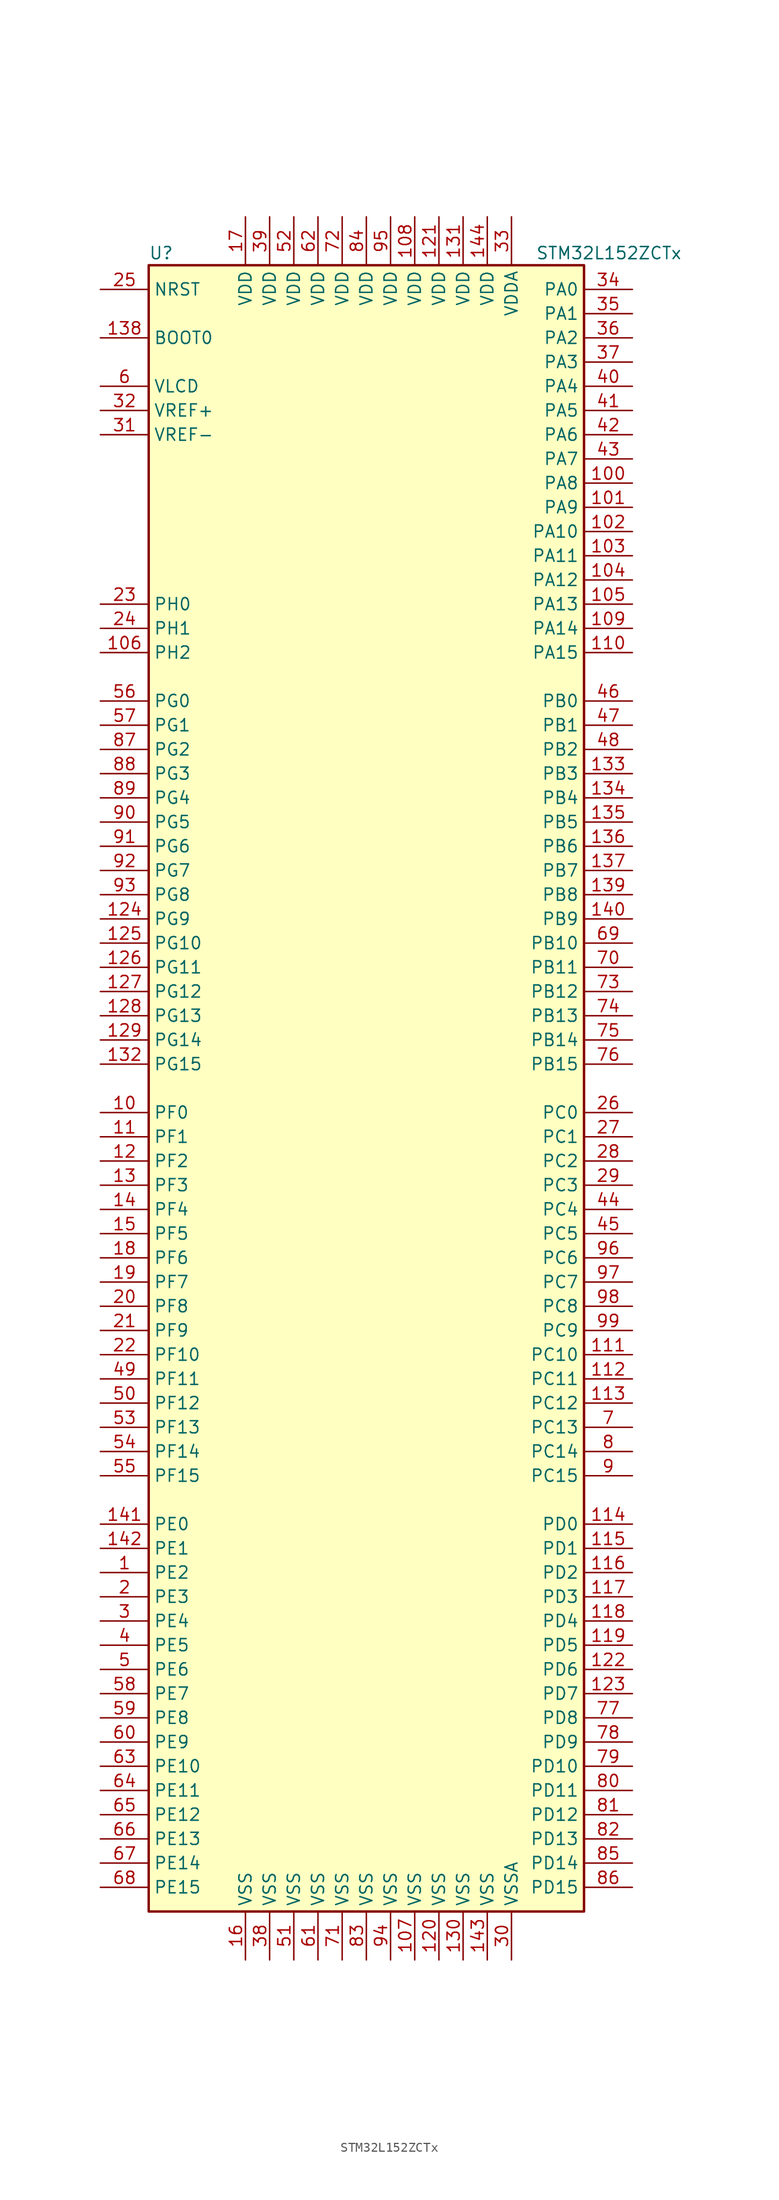
<source format=kicad_sym>
(kicad_symbol_lib
  (version 20201005)
  (generator kicad_symbol_editor)
  (symbol "STM32L152ZCTx"
    (property "Reference" "U"
      (at -22.86 87.63 0)
      (effects (font (size 1.27 1.27)) (justify left)))
    (property "Value" "STM32L152ZCTx"
      (at 17.78 87.63 0)
      (effects (font (size 1.27 1.27)) (justify left)))
    (symbol "STM32L152ZCTx_0_1"
      (rectangle (start -22.86 -86.36) (end 22.86 86.36) (stroke (width 0.254)) (fill (type background))))
    (symbol "STM32L152ZCTx_1_1"
      (pin input line (at -27.94 78.74 0) (length 5.08) (name "BOOT0" (effects (font (size 1.27 1.27)))) (number "138" (effects (font (size 1.27 1.27)))))
      (pin input line (at -27.94 83.82 0) (length 5.08) (name "NRST" (effects (font (size 1.27 1.27)))) (number "25" (effects (font (size 1.27 1.27)))))
      (pin bidirectional line (at 27.94 83.82 180) (length 5.08) (name "PA0" (effects (font (size 1.27 1.27)))) (number "34" (effects (font (size 1.27 1.27)))))
      (pin bidirectional line (at 27.94 81.28 180) (length 5.08) (name "PA1" (effects (font (size 1.27 1.27)))) (number "35" (effects (font (size 1.27 1.27)))))
      (pin bidirectional line (at 27.94 58.42 180) (length 5.08) (name "PA10" (effects (font (size 1.27 1.27)))) (number "102" (effects (font (size 1.27 1.27)))))
      (pin bidirectional line (at 27.94 55.88 180) (length 5.08) (name "PA11" (effects (font (size 1.27 1.27)))) (number "103" (effects (font (size 1.27 1.27)))))
      (pin bidirectional line (at 27.94 53.34 180) (length 5.08) (name "PA12" (effects (font (size 1.27 1.27)))) (number "104" (effects (font (size 1.27 1.27)))))
      (pin bidirectional line (at 27.94 50.8 180) (length 5.08) (name "PA13" (effects (font (size 1.27 1.27)))) (number "105" (effects (font (size 1.27 1.27)))))
      (pin bidirectional line (at 27.94 48.26 180) (length 5.08) (name "PA14" (effects (font (size 1.27 1.27)))) (number "109" (effects (font (size 1.27 1.27)))))
      (pin bidirectional line (at 27.94 45.72 180) (length 5.08) (name "PA15" (effects (font (size 1.27 1.27)))) (number "110" (effects (font (size 1.27 1.27)))))
      (pin bidirectional line (at 27.94 78.74 180) (length 5.08) (name "PA2" (effects (font (size 1.27 1.27)))) (number "36" (effects (font (size 1.27 1.27)))))
      (pin bidirectional line (at 27.94 76.2 180) (length 5.08) (name "PA3" (effects (font (size 1.27 1.27)))) (number "37" (effects (font (size 1.27 1.27)))))
      (pin bidirectional line (at 27.94 73.66 180) (length 5.08) (name "PA4" (effects (font (size 1.27 1.27)))) (number "40" (effects (font (size 1.27 1.27)))))
      (pin bidirectional line (at 27.94 71.12 180) (length 5.08) (name "PA5" (effects (font (size 1.27 1.27)))) (number "41" (effects (font (size 1.27 1.27)))))
      (pin bidirectional line (at 27.94 68.58 180) (length 5.08) (name "PA6" (effects (font (size 1.27 1.27)))) (number "42" (effects (font (size 1.27 1.27)))))
      (pin bidirectional line (at 27.94 66.04 180) (length 5.08) (name "PA7" (effects (font (size 1.27 1.27)))) (number "43" (effects (font (size 1.27 1.27)))))
      (pin bidirectional line (at 27.94 63.5 180) (length 5.08) (name "PA8" (effects (font (size 1.27 1.27)))) (number "100" (effects (font (size 1.27 1.27)))))
      (pin bidirectional line (at 27.94 60.96 180) (length 5.08) (name "PA9" (effects (font (size 1.27 1.27)))) (number "101" (effects (font (size 1.27 1.27)))))
      (pin bidirectional line (at 27.94 40.64 180) (length 5.08) (name "PB0" (effects (font (size 1.27 1.27)))) (number "46" (effects (font (size 1.27 1.27)))))
      (pin bidirectional line (at 27.94 38.1 180) (length 5.08) (name "PB1" (effects (font (size 1.27 1.27)))) (number "47" (effects (font (size 1.27 1.27)))))
      (pin bidirectional line (at 27.94 15.24 180) (length 5.08) (name "PB10" (effects (font (size 1.27 1.27)))) (number "69" (effects (font (size 1.27 1.27)))))
      (pin bidirectional line (at 27.94 12.7 180) (length 5.08) (name "PB11" (effects (font (size 1.27 1.27)))) (number "70" (effects (font (size 1.27 1.27)))))
      (pin bidirectional line (at 27.94 10.16 180) (length 5.08) (name "PB12" (effects (font (size 1.27 1.27)))) (number "73" (effects (font (size 1.27 1.27)))))
      (pin bidirectional line (at 27.94 7.62 180) (length 5.08) (name "PB13" (effects (font (size 1.27 1.27)))) (number "74" (effects (font (size 1.27 1.27)))))
      (pin bidirectional line (at 27.94 5.08 180) (length 5.08) (name "PB14" (effects (font (size 1.27 1.27)))) (number "75" (effects (font (size 1.27 1.27)))))
      (pin bidirectional line (at 27.94 2.54 180) (length 5.08) (name "PB15" (effects (font (size 1.27 1.27)))) (number "76" (effects (font (size 1.27 1.27)))))
      (pin bidirectional line (at 27.94 35.56 180) (length 5.08) (name "PB2" (effects (font (size 1.27 1.27)))) (number "48" (effects (font (size 1.27 1.27)))))
      (pin bidirectional line (at 27.94 33.02 180) (length 5.08) (name "PB3" (effects (font (size 1.27 1.27)))) (number "133" (effects (font (size 1.27 1.27)))))
      (pin bidirectional line (at 27.94 30.48 180) (length 5.08) (name "PB4" (effects (font (size 1.27 1.27)))) (number "134" (effects (font (size 1.27 1.27)))))
      (pin bidirectional line (at 27.94 27.94 180) (length 5.08) (name "PB5" (effects (font (size 1.27 1.27)))) (number "135" (effects (font (size 1.27 1.27)))))
      (pin bidirectional line (at 27.94 25.4 180) (length 5.08) (name "PB6" (effects (font (size 1.27 1.27)))) (number "136" (effects (font (size 1.27 1.27)))))
      (pin bidirectional line (at 27.94 22.86 180) (length 5.08) (name "PB7" (effects (font (size 1.27 1.27)))) (number "137" (effects (font (size 1.27 1.27)))))
      (pin bidirectional line (at 27.94 20.32 180) (length 5.08) (name "PB8" (effects (font (size 1.27 1.27)))) (number "139" (effects (font (size 1.27 1.27)))))
      (pin bidirectional line (at 27.94 17.78 180) (length 5.08) (name "PB9" (effects (font (size 1.27 1.27)))) (number "140" (effects (font (size 1.27 1.27)))))
      (pin bidirectional line (at 27.94 -2.54 180) (length 5.08) (name "PC0" (effects (font (size 1.27 1.27)))) (number "26" (effects (font (size 1.27 1.27)))))
      (pin bidirectional line (at 27.94 -5.08 180) (length 5.08) (name "PC1" (effects (font (size 1.27 1.27)))) (number "27" (effects (font (size 1.27 1.27)))))
      (pin bidirectional line (at 27.94 -27.94 180) (length 5.08) (name "PC10" (effects (font (size 1.27 1.27)))) (number "111" (effects (font (size 1.27 1.27)))))
      (pin bidirectional line (at 27.94 -30.48 180) (length 5.08) (name "PC11" (effects (font (size 1.27 1.27)))) (number "112" (effects (font (size 1.27 1.27)))))
      (pin bidirectional line (at 27.94 -33.02 180) (length 5.08) (name "PC12" (effects (font (size 1.27 1.27)))) (number "113" (effects (font (size 1.27 1.27)))))
      (pin bidirectional line (at 27.94 -35.56 180) (length 5.08) (name "PC13" (effects (font (size 1.27 1.27)))) (number "7" (effects (font (size 1.27 1.27)))))
      (pin bidirectional line (at 27.94 -38.1 180) (length 5.08) (name "PC14" (effects (font (size 1.27 1.27)))) (number "8" (effects (font (size 1.27 1.27)))))
      (pin bidirectional line (at 27.94 -40.64 180) (length 5.08) (name "PC15" (effects (font (size 1.27 1.27)))) (number "9" (effects (font (size 1.27 1.27)))))
      (pin bidirectional line (at 27.94 -7.62 180) (length 5.08) (name "PC2" (effects (font (size 1.27 1.27)))) (number "28" (effects (font (size 1.27 1.27)))))
      (pin bidirectional line (at 27.94 -10.16 180) (length 5.08) (name "PC3" (effects (font (size 1.27 1.27)))) (number "29" (effects (font (size 1.27 1.27)))))
      (pin bidirectional line (at 27.94 -12.7 180) (length 5.08) (name "PC4" (effects (font (size 1.27 1.27)))) (number "44" (effects (font (size 1.27 1.27)))))
      (pin bidirectional line (at 27.94 -15.24 180) (length 5.08) (name "PC5" (effects (font (size 1.27 1.27)))) (number "45" (effects (font (size 1.27 1.27)))))
      (pin bidirectional line (at 27.94 -17.78 180) (length 5.08) (name "PC6" (effects (font (size 1.27 1.27)))) (number "96" (effects (font (size 1.27 1.27)))))
      (pin bidirectional line (at 27.94 -20.32 180) (length 5.08) (name "PC7" (effects (font (size 1.27 1.27)))) (number "97" (effects (font (size 1.27 1.27)))))
      (pin bidirectional line (at 27.94 -22.86 180) (length 5.08) (name "PC8" (effects (font (size 1.27 1.27)))) (number "98" (effects (font (size 1.27 1.27)))))
      (pin bidirectional line (at 27.94 -25.4 180) (length 5.08) (name "PC9" (effects (font (size 1.27 1.27)))) (number "99" (effects (font (size 1.27 1.27)))))
      (pin bidirectional line (at 27.94 -45.72 180) (length 5.08) (name "PD0" (effects (font (size 1.27 1.27)))) (number "114" (effects (font (size 1.27 1.27)))))
      (pin bidirectional line (at 27.94 -48.26 180) (length 5.08) (name "PD1" (effects (font (size 1.27 1.27)))) (number "115" (effects (font (size 1.27 1.27)))))
      (pin bidirectional line (at 27.94 -71.12 180) (length 5.08) (name "PD10" (effects (font (size 1.27 1.27)))) (number "79" (effects (font (size 1.27 1.27)))))
      (pin bidirectional line (at 27.94 -73.66 180) (length 5.08) (name "PD11" (effects (font (size 1.27 1.27)))) (number "80" (effects (font (size 1.27 1.27)))))
      (pin bidirectional line (at 27.94 -76.2 180) (length 5.08) (name "PD12" (effects (font (size 1.27 1.27)))) (number "81" (effects (font (size 1.27 1.27)))))
      (pin bidirectional line (at 27.94 -78.74 180) (length 5.08) (name "PD13" (effects (font (size 1.27 1.27)))) (number "82" (effects (font (size 1.27 1.27)))))
      (pin bidirectional line (at 27.94 -81.28 180) (length 5.08) (name "PD14" (effects (font (size 1.27 1.27)))) (number "85" (effects (font (size 1.27 1.27)))))
      (pin bidirectional line (at 27.94 -83.82 180) (length 5.08) (name "PD15" (effects (font (size 1.27 1.27)))) (number "86" (effects (font (size 1.27 1.27)))))
      (pin bidirectional line (at 27.94 -50.8 180) (length 5.08) (name "PD2" (effects (font (size 1.27 1.27)))) (number "116" (effects (font (size 1.27 1.27)))))
      (pin bidirectional line (at 27.94 -53.34 180) (length 5.08) (name "PD3" (effects (font (size 1.27 1.27)))) (number "117" (effects (font (size 1.27 1.27)))))
      (pin bidirectional line (at 27.94 -55.88 180) (length 5.08) (name "PD4" (effects (font (size 1.27 1.27)))) (number "118" (effects (font (size 1.27 1.27)))))
      (pin bidirectional line (at 27.94 -58.42 180) (length 5.08) (name "PD5" (effects (font (size 1.27 1.27)))) (number "119" (effects (font (size 1.27 1.27)))))
      (pin bidirectional line (at 27.94 -60.96 180) (length 5.08) (name "PD6" (effects (font (size 1.27 1.27)))) (number "122" (effects (font (size 1.27 1.27)))))
      (pin bidirectional line (at 27.94 -63.5 180) (length 5.08) (name "PD7" (effects (font (size 1.27 1.27)))) (number "123" (effects (font (size 1.27 1.27)))))
      (pin bidirectional line (at 27.94 -66.04 180) (length 5.08) (name "PD8" (effects (font (size 1.27 1.27)))) (number "77" (effects (font (size 1.27 1.27)))))
      (pin bidirectional line (at 27.94 -68.58 180) (length 5.08) (name "PD9" (effects (font (size 1.27 1.27)))) (number "78" (effects (font (size 1.27 1.27)))))
      (pin bidirectional line (at -27.94 -45.72 0) (length 5.08) (name "PE0" (effects (font (size 1.27 1.27)))) (number "141" (effects (font (size 1.27 1.27)))))
      (pin bidirectional line (at -27.94 -48.26 0) (length 5.08) (name "PE1" (effects (font (size 1.27 1.27)))) (number "142" (effects (font (size 1.27 1.27)))))
      (pin bidirectional line (at -27.94 -71.12 0) (length 5.08) (name "PE10" (effects (font (size 1.27 1.27)))) (number "63" (effects (font (size 1.27 1.27)))))
      (pin bidirectional line (at -27.94 -73.66 0) (length 5.08) (name "PE11" (effects (font (size 1.27 1.27)))) (number "64" (effects (font (size 1.27 1.27)))))
      (pin bidirectional line (at -27.94 -76.2 0) (length 5.08) (name "PE12" (effects (font (size 1.27 1.27)))) (number "65" (effects (font (size 1.27 1.27)))))
      (pin bidirectional line (at -27.94 -78.74 0) (length 5.08) (name "PE13" (effects (font (size 1.27 1.27)))) (number "66" (effects (font (size 1.27 1.27)))))
      (pin bidirectional line (at -27.94 -81.28 0) (length 5.08) (name "PE14" (effects (font (size 1.27 1.27)))) (number "67" (effects (font (size 1.27 1.27)))))
      (pin bidirectional line (at -27.94 -83.82 0) (length 5.08) (name "PE15" (effects (font (size 1.27 1.27)))) (number "68" (effects (font (size 1.27 1.27)))))
      (pin bidirectional line (at -27.94 -50.8 0) (length 5.08) (name "PE2" (effects (font (size 1.27 1.27)))) (number "1" (effects (font (size 1.27 1.27)))))
      (pin bidirectional line (at -27.94 -53.34 0) (length 5.08) (name "PE3" (effects (font (size 1.27 1.27)))) (number "2" (effects (font (size 1.27 1.27)))))
      (pin bidirectional line (at -27.94 -55.88 0) (length 5.08) (name "PE4" (effects (font (size 1.27 1.27)))) (number "3" (effects (font (size 1.27 1.27)))))
      (pin bidirectional line (at -27.94 -58.42 0) (length 5.08) (name "PE5" (effects (font (size 1.27 1.27)))) (number "4" (effects (font (size 1.27 1.27)))))
      (pin bidirectional line (at -27.94 -60.96 0) (length 5.08) (name "PE6" (effects (font (size 1.27 1.27)))) (number "5" (effects (font (size 1.27 1.27)))))
      (pin bidirectional line (at -27.94 -63.5 0) (length 5.08) (name "PE7" (effects (font (size 1.27 1.27)))) (number "58" (effects (font (size 1.27 1.27)))))
      (pin bidirectional line (at -27.94 -66.04 0) (length 5.08) (name "PE8" (effects (font (size 1.27 1.27)))) (number "59" (effects (font (size 1.27 1.27)))))
      (pin bidirectional line (at -27.94 -68.58 0) (length 5.08) (name "PE9" (effects (font (size 1.27 1.27)))) (number "60" (effects (font (size 1.27 1.27)))))
      (pin bidirectional line (at -27.94 -2.54 0) (length 5.08) (name "PF0" (effects (font (size 1.27 1.27)))) (number "10" (effects (font (size 1.27 1.27)))))
      (pin bidirectional line (at -27.94 -5.08 0) (length 5.08) (name "PF1" (effects (font (size 1.27 1.27)))) (number "11" (effects (font (size 1.27 1.27)))))
      (pin bidirectional line (at -27.94 -27.94 0) (length 5.08) (name "PF10" (effects (font (size 1.27 1.27)))) (number "22" (effects (font (size 1.27 1.27)))))
      (pin bidirectional line (at -27.94 -30.48 0) (length 5.08) (name "PF11" (effects (font (size 1.27 1.27)))) (number "49" (effects (font (size 1.27 1.27)))))
      (pin bidirectional line (at -27.94 -33.02 0) (length 5.08) (name "PF12" (effects (font (size 1.27 1.27)))) (number "50" (effects (font (size 1.27 1.27)))))
      (pin bidirectional line (at -27.94 -35.56 0) (length 5.08) (name "PF13" (effects (font (size 1.27 1.27)))) (number "53" (effects (font (size 1.27 1.27)))))
      (pin bidirectional line (at -27.94 -38.1 0) (length 5.08) (name "PF14" (effects (font (size 1.27 1.27)))) (number "54" (effects (font (size 1.27 1.27)))))
      (pin bidirectional line (at -27.94 -40.64 0) (length 5.08) (name "PF15" (effects (font (size 1.27 1.27)))) (number "55" (effects (font (size 1.27 1.27)))))
      (pin bidirectional line (at -27.94 -7.62 0) (length 5.08) (name "PF2" (effects (font (size 1.27 1.27)))) (number "12" (effects (font (size 1.27 1.27)))))
      (pin bidirectional line (at -27.94 -10.16 0) (length 5.08) (name "PF3" (effects (font (size 1.27 1.27)))) (number "13" (effects (font (size 1.27 1.27)))))
      (pin bidirectional line (at -27.94 -12.7 0) (length 5.08) (name "PF4" (effects (font (size 1.27 1.27)))) (number "14" (effects (font (size 1.27 1.27)))))
      (pin bidirectional line (at -27.94 -15.24 0) (length 5.08) (name "PF5" (effects (font (size 1.27 1.27)))) (number "15" (effects (font (size 1.27 1.27)))))
      (pin bidirectional line (at -27.94 -17.78 0) (length 5.08) (name "PF6" (effects (font (size 1.27 1.27)))) (number "18" (effects (font (size 1.27 1.27)))))
      (pin bidirectional line (at -27.94 -20.32 0) (length 5.08) (name "PF7" (effects (font (size 1.27 1.27)))) (number "19" (effects (font (size 1.27 1.27)))))
      (pin bidirectional line (at -27.94 -22.86 0) (length 5.08) (name "PF8" (effects (font (size 1.27 1.27)))) (number "20" (effects (font (size 1.27 1.27)))))
      (pin bidirectional line (at -27.94 -25.4 0) (length 5.08) (name "PF9" (effects (font (size 1.27 1.27)))) (number "21" (effects (font (size 1.27 1.27)))))
      (pin bidirectional line (at -27.94 40.64 0) (length 5.08) (name "PG0" (effects (font (size 1.27 1.27)))) (number "56" (effects (font (size 1.27 1.27)))))
      (pin bidirectional line (at -27.94 38.1 0) (length 5.08) (name "PG1" (effects (font (size 1.27 1.27)))) (number "57" (effects (font (size 1.27 1.27)))))
      (pin bidirectional line (at -27.94 15.24 0) (length 5.08) (name "PG10" (effects (font (size 1.27 1.27)))) (number "125" (effects (font (size 1.27 1.27)))))
      (pin bidirectional line (at -27.94 12.7 0) (length 5.08) (name "PG11" (effects (font (size 1.27 1.27)))) (number "126" (effects (font (size 1.27 1.27)))))
      (pin bidirectional line (at -27.94 10.16 0) (length 5.08) (name "PG12" (effects (font (size 1.27 1.27)))) (number "127" (effects (font (size 1.27 1.27)))))
      (pin bidirectional line (at -27.94 7.62 0) (length 5.08) (name "PG13" (effects (font (size 1.27 1.27)))) (number "128" (effects (font (size 1.27 1.27)))))
      (pin bidirectional line (at -27.94 5.08 0) (length 5.08) (name "PG14" (effects (font (size 1.27 1.27)))) (number "129" (effects (font (size 1.27 1.27)))))
      (pin bidirectional line (at -27.94 2.54 0) (length 5.08) (name "PG15" (effects (font (size 1.27 1.27)))) (number "132" (effects (font (size 1.27 1.27)))))
      (pin bidirectional line (at -27.94 35.56 0) (length 5.08) (name "PG2" (effects (font (size 1.27 1.27)))) (number "87" (effects (font (size 1.27 1.27)))))
      (pin bidirectional line (at -27.94 33.02 0) (length 5.08) (name "PG3" (effects (font (size 1.27 1.27)))) (number "88" (effects (font (size 1.27 1.27)))))
      (pin bidirectional line (at -27.94 30.48 0) (length 5.08) (name "PG4" (effects (font (size 1.27 1.27)))) (number "89" (effects (font (size 1.27 1.27)))))
      (pin bidirectional line (at -27.94 27.94 0) (length 5.08) (name "PG5" (effects (font (size 1.27 1.27)))) (number "90" (effects (font (size 1.27 1.27)))))
      (pin bidirectional line (at -27.94 25.4 0) (length 5.08) (name "PG6" (effects (font (size 1.27 1.27)))) (number "91" (effects (font (size 1.27 1.27)))))
      (pin bidirectional line (at -27.94 22.86 0) (length 5.08) (name "PG7" (effects (font (size 1.27 1.27)))) (number "92" (effects (font (size 1.27 1.27)))))
      (pin bidirectional line (at -27.94 20.32 0) (length 5.08) (name "PG8" (effects (font (size 1.27 1.27)))) (number "93" (effects (font (size 1.27 1.27)))))
      (pin bidirectional line (at -27.94 17.78 0) (length 5.08) (name "PG9" (effects (font (size 1.27 1.27)))) (number "124" (effects (font (size 1.27 1.27)))))
      (pin input line (at -27.94 50.8 0) (length 5.08) (name "PH0" (effects (font (size 1.27 1.27)))) (number "23" (effects (font (size 1.27 1.27)))))
      (pin input line (at -27.94 48.26 0) (length 5.08) (name "PH1" (effects (font (size 1.27 1.27)))) (number "24" (effects (font (size 1.27 1.27)))))
      (pin bidirectional line (at -27.94 45.72 0) (length 5.08) (name "PH2" (effects (font (size 1.27 1.27)))) (number "106" (effects (font (size 1.27 1.27)))))
      (pin power_in line (at 5.08 91.44 270) (length 5.08) (name "VDD" (effects (font (size 1.27 1.27)))) (number "108" (effects (font (size 1.27 1.27)))))
      (pin power_in line (at 7.62 91.44 270) (length 5.08) (name "VDD" (effects (font (size 1.27 1.27)))) (number "121" (effects (font (size 1.27 1.27)))))
      (pin power_in line (at 10.16 91.44 270) (length 5.08) (name "VDD" (effects (font (size 1.27 1.27)))) (number "131" (effects (font (size 1.27 1.27)))))
      (pin power_in line (at 12.7 91.44 270) (length 5.08) (name "VDD" (effects (font (size 1.27 1.27)))) (number "144" (effects (font (size 1.27 1.27)))))
      (pin power_in line (at -12.7 91.44 270) (length 5.08) (name "VDD" (effects (font (size 1.27 1.27)))) (number "17" (effects (font (size 1.27 1.27)))))
      (pin power_in line (at -10.16 91.44 270) (length 5.08) (name "VDD" (effects (font (size 1.27 1.27)))) (number "39" (effects (font (size 1.27 1.27)))))
      (pin power_in line (at -7.62 91.44 270) (length 5.08) (name "VDD" (effects (font (size 1.27 1.27)))) (number "52" (effects (font (size 1.27 1.27)))))
      (pin power_in line (at -5.08 91.44 270) (length 5.08) (name "VDD" (effects (font (size 1.27 1.27)))) (number "62" (effects (font (size 1.27 1.27)))))
      (pin power_in line (at -2.54 91.44 270) (length 5.08) (name "VDD" (effects (font (size 1.27 1.27)))) (number "72" (effects (font (size 1.27 1.27)))))
      (pin power_in line (at 0 91.44 270) (length 5.08) (name "VDD" (effects (font (size 1.27 1.27)))) (number "84" (effects (font (size 1.27 1.27)))))
      (pin power_in line (at 2.54 91.44 270) (length 5.08) (name "VDD" (effects (font (size 1.27 1.27)))) (number "95" (effects (font (size 1.27 1.27)))))
      (pin power_in line (at 15.24 91.44 270) (length 5.08) (name "VDDA" (effects (font (size 1.27 1.27)))) (number "33" (effects (font (size 1.27 1.27)))))
      (pin power_in line (at -27.94 73.66 0) (length 5.08) (name "VLCD" (effects (font (size 1.27 1.27)))) (number "6" (effects (font (size 1.27 1.27)))))
      (pin power_in line (at -27.94 71.12 0) (length 5.08) (name "VREF+" (effects (font (size 1.27 1.27)))) (number "32" (effects (font (size 1.27 1.27)))))
      (pin power_in line (at -27.94 68.58 0) (length 5.08) (name "VREF-" (effects (font (size 1.27 1.27)))) (number "31" (effects (font (size 1.27 1.27)))))
      (pin power_in line (at 5.08 -91.44 90) (length 5.08) (name "VSS" (effects (font (size 1.27 1.27)))) (number "107" (effects (font (size 1.27 1.27)))))
      (pin power_in line (at 7.62 -91.44 90) (length 5.08) (name "VSS" (effects (font (size 1.27 1.27)))) (number "120" (effects (font (size 1.27 1.27)))))
      (pin power_in line (at 10.16 -91.44 90) (length 5.08) (name "VSS" (effects (font (size 1.27 1.27)))) (number "130" (effects (font (size 1.27 1.27)))))
      (pin power_in line (at 12.7 -91.44 90) (length 5.08) (name "VSS" (effects (font (size 1.27 1.27)))) (number "143" (effects (font (size 1.27 1.27)))))
      (pin power_in line (at -12.7 -91.44 90) (length 5.08) (name "VSS" (effects (font (size 1.27 1.27)))) (number "16" (effects (font (size 1.27 1.27)))))
      (pin power_in line (at -10.16 -91.44 90) (length 5.08) (name "VSS" (effects (font (size 1.27 1.27)))) (number "38" (effects (font (size 1.27 1.27)))))
      (pin power_in line (at -7.62 -91.44 90) (length 5.08) (name "VSS" (effects (font (size 1.27 1.27)))) (number "51" (effects (font (size 1.27 1.27)))))
      (pin power_in line (at -5.08 -91.44 90) (length 5.08) (name "VSS" (effects (font (size 1.27 1.27)))) (number "61" (effects (font (size 1.27 1.27)))))
      (pin power_in line (at -2.54 -91.44 90) (length 5.08) (name "VSS" (effects (font (size 1.27 1.27)))) (number "71" (effects (font (size 1.27 1.27)))))
      (pin power_in line (at 0 -91.44 90) (length 5.08) (name "VSS" (effects (font (size 1.27 1.27)))) (number "83" (effects (font (size 1.27 1.27)))))
      (pin power_in line (at 2.54 -91.44 90) (length 5.08) (name "VSS" (effects (font (size 1.27 1.27)))) (number "94" (effects (font (size 1.27 1.27)))))
      (pin power_in line (at 15.24 -91.44 90) (length 5.08) (name "VSSA" (effects (font (size 1.27 1.27)))) (number "30" (effects (font (size 1.27 1.27))))))))
</source>
